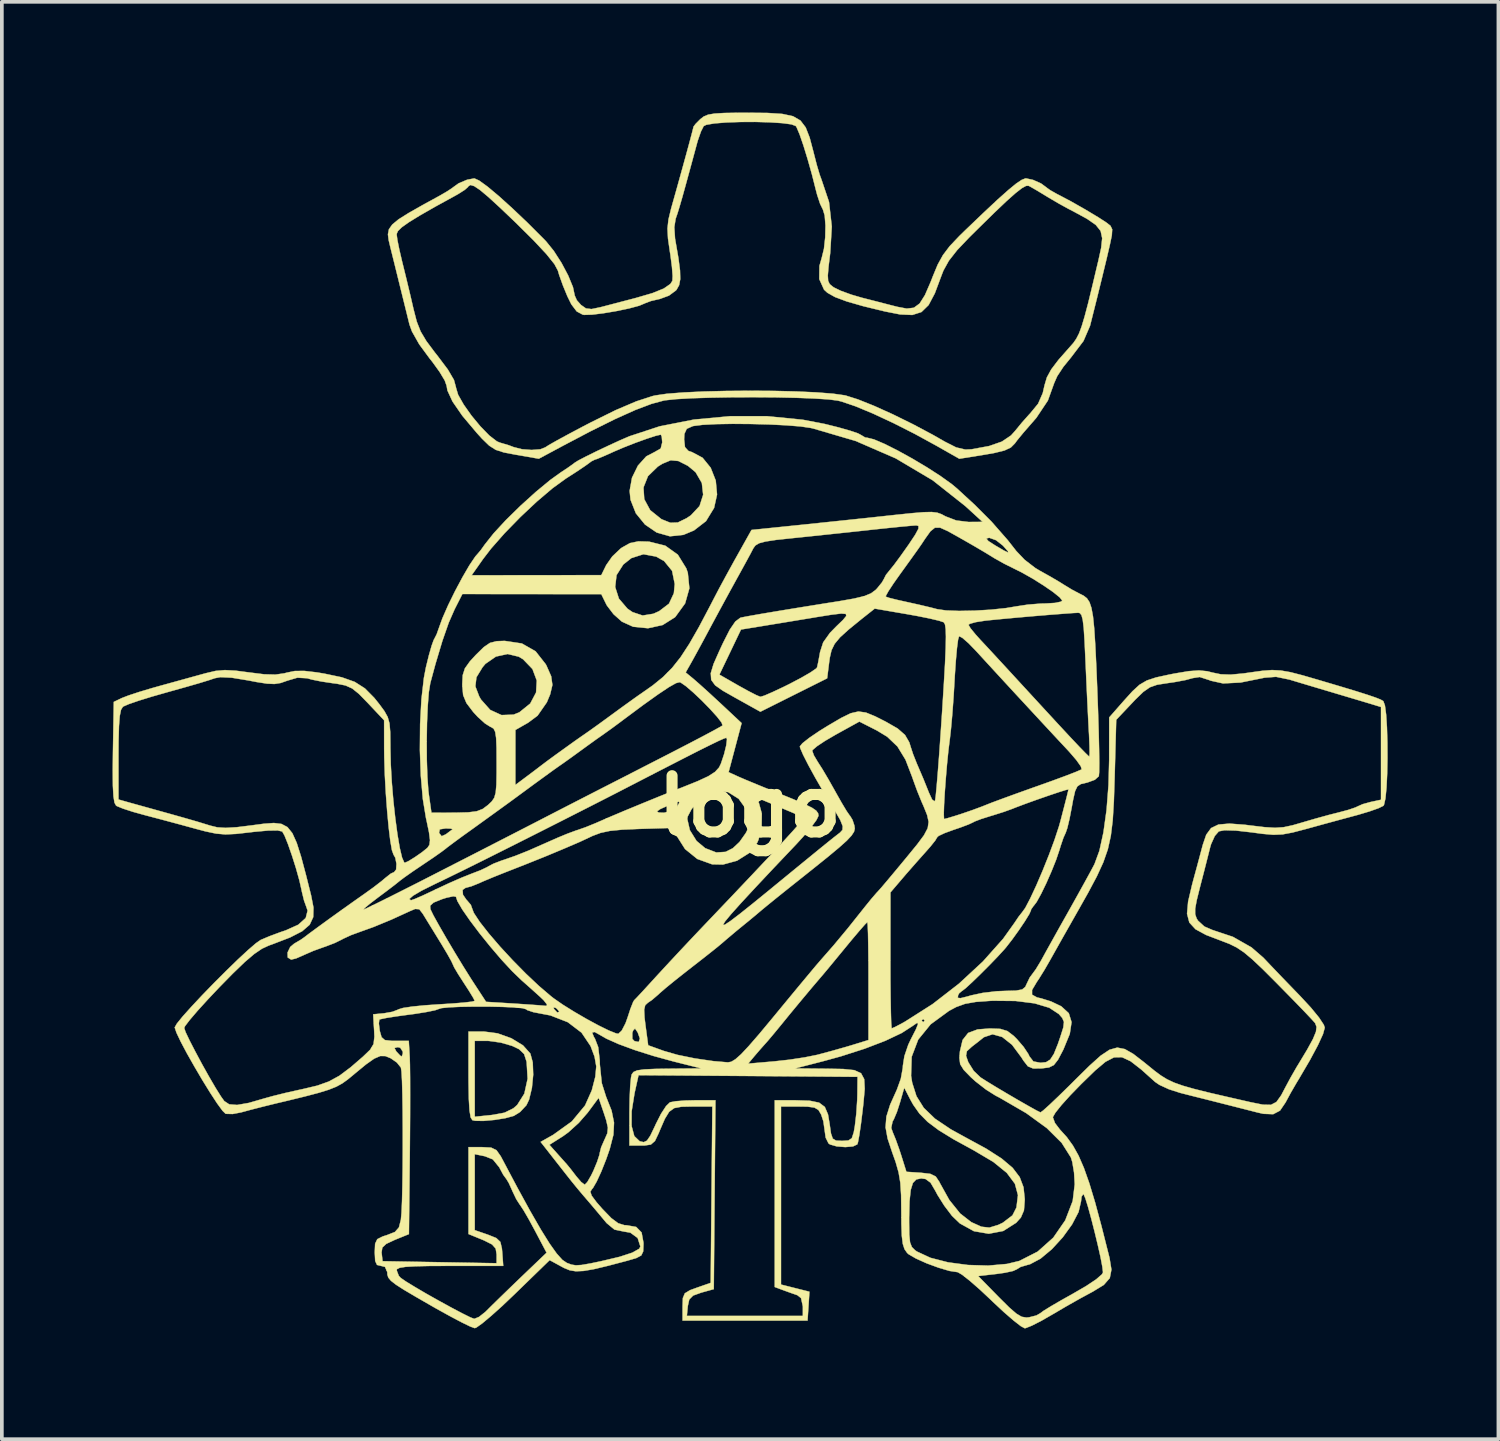
<source format=kicad_pcb>
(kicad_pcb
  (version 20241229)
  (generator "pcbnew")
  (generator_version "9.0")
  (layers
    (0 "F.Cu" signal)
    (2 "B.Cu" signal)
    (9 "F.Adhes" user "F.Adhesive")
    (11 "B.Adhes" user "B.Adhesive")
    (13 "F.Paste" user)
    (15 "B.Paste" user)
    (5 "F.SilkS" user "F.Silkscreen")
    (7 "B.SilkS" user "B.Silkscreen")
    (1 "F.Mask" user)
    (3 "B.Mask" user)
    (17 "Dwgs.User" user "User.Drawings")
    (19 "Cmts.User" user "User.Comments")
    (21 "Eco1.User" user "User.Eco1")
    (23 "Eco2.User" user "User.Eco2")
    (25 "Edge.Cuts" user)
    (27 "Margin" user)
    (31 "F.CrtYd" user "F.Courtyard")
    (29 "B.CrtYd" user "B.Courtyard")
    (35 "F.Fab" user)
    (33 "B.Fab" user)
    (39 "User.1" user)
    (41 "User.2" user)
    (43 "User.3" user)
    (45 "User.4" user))
  (footprint "logo"
    (layer "F.Cu")
    (at 17.263 18.801)
    (property "Reference" "logo" (at 0 0 0) (layer "F.SilkS") (effects (font (size 1.524 1.524) (thickness 0.3))))
    (attr through_hole)
    (fp_poly (pts (xy -6.831 6.146) (xy -6.458 6.28) (xy -6.144 6.471) (xy -5.944 6.694) (xy -5.944 6.695) (xy -5.879 6.935) (xy -5.867 7.267) (xy -5.902 7.624) (xy -5.978 7.939) (xy -6.05 8.092) (xy -6.223 8.277) (xy -6.393 8.382) (xy -6.621 8.444) (xy -6.912 8.491) (xy -7.204 8.517) (xy -7.433 8.516) (xy -7.514 8.499) (xy -7.56 8.426) (xy -7.592 8.241) (xy -7.611 7.928) (xy -7.619 7.468) (xy -7.62 7.274) (xy -7.62 6.35) (xy -7.451 6.35) (xy -7.451 8.406) (xy -6.988 8.358) (xy -6.646 8.296) (xy -6.406 8.178) (xy -6.301 8.087) (xy -6.107 7.78) (xy -6.018 7.376) (xy -6.045 6.918) (xy -6.046 6.914) (xy -6.113 6.707) (xy -6.251 6.574) (xy -6.439 6.485) (xy -6.747 6.396) (xy -7.068 6.351) (xy -7.114 6.35) (xy -7.451 6.35) (xy -7.62 6.35) (xy -7.62 6.096) (xy -7.21 6.096) (xy -6.831 6.146)) (stroke (width 0.01) (type solid)) (fill yes) (layer "F.SilkS"))
    (fp_poly (pts (xy 0.475 -18.791) (xy 0.881 -18.765) (xy 1.172 -18.702) (xy 1.374 -18.585) (xy 1.516 -18.398) (xy 1.623 -18.124) (xy 1.723 -17.747) (xy 1.736 -17.695) (xy 1.816 -17.384) (xy 1.894 -17.121) (xy 1.947 -16.976) (xy 2.148 -16.379) (xy 2.223 -15.713) (xy 2.18 -14.996) (xy 2.135 -14.625) (xy 2.115 -14.386) (xy 2.124 -14.241) (xy 2.166 -14.154) (xy 2.246 -14.087) (xy 2.28 -14.063) (xy 2.467 -13.972) (xy 2.753 -13.868) (xy 3.04 -13.784) (xy 3.404 -13.691) (xy 3.771 -13.596) (xy 3.999 -13.538) (xy 4.254 -13.49) (xy 4.447 -13.513) (xy 4.603 -13.628) (xy 4.747 -13.856) (xy 4.905 -14.22) (xy 4.959 -14.36) (xy 5.093 -14.683) (xy 5.234 -14.939) (xy 5.417 -15.181) (xy 5.678 -15.456) (xy 5.841 -15.615) (xy 6.329 -16.082) (xy 6.712 -16.441) (xy 7.004 -16.701) (xy 7.218 -16.877) (xy 7.369 -16.978) (xy 7.468 -17.017) (xy 7.486 -17.018) (xy 7.676 -16.977) (xy 7.893 -16.88) (xy 8.04 -16.772) (xy 8.043 -16.768) (xy 8.141 -16.698) (xy 8.328 -16.592) (xy 8.382 -16.565) (xy 8.709 -16.392) (xy 9.089 -16.176) (xy 9.447 -15.961) (xy 9.66 -15.823) (xy 9.773 -15.735) (xy 9.82 -15.637) (xy 9.81 -15.476) (xy 9.759 -15.23) (xy 9.67 -14.847) (xy 9.549 -14.347) (xy 9.408 -13.774) (xy 9.258 -13.176) (xy 9.219 -13.022) (xy 9.042 -12.612) (xy 8.711 -12.176) (xy 8.711 -12.175) (xy 8.497 -11.912) (xy 8.33 -11.658) (xy 8.248 -11.472) (xy 8.077 -10.998) (xy 7.766 -10.532) (xy 7.627 -10.372) (xy 7.423 -10.138) (xy 7.246 -9.923) (xy 7.183 -9.837) (xy 7.075 -9.728) (xy 6.904 -9.647) (xy 6.63 -9.579) (xy 6.362 -9.532) (xy 5.678 -9.422) (xy 5.061 -9.773) (xy 4.472 -10.095) (xy 3.89 -10.39) (xy 3.345 -10.644) (xy 2.87 -10.842) (xy 2.495 -10.97) (xy 2.388 -10.997) (xy 2.139 -11.029) (xy 1.754 -11.054) (xy 1.266 -11.073) (xy 0.707 -11.085) (xy 0.11 -11.089) (xy -0.492 -11.087) (xy -1.065 -11.077) (xy -1.578 -11.061) (xy -1.997 -11.037) (xy -2.289 -11.006) (xy -2.322 -11.001) (xy -2.66 -10.91) (xy -3.099 -10.744) (xy -3.65 -10.496) (xy -4.321 -10.163) (xy -5.038 -9.786) (xy -5.715 -9.423) (xy -6.338 -9.531) (xy -6.662 -9.593) (xy -6.882 -9.664) (xy -7.059 -9.777) (xy -7.253 -9.965) (xy -7.396 -10.123) (xy -7.786 -10.586) (xy -8.053 -10.973) (xy -8.192 -11.275) (xy -8.212 -11.398) (xy -8.264 -11.544) (xy -8.402 -11.774) (xy -8.599 -12.047) (xy -8.671 -12.137) (xy -8.955 -12.523) (xy -9.151 -12.87) (xy -9.219 -13.058) (xy -9.297 -13.376) (xy -9.402 -13.8) (xy -9.518 -14.269) (xy -9.631 -14.727) (xy -9.727 -15.112) (xy -9.735 -15.144) (xy -9.783 -15.346) (xy -9.803 -15.505) (xy -9.802 -15.505) (xy -9.567 -15.505) (xy -9.547 -15.352) (xy -9.494 -15.088) (xy -9.419 -14.767) (xy -9.408 -14.724) (xy -9.303 -14.297) (xy -9.189 -13.821) (xy -9.108 -13.47) (xy -9.022 -13.138) (xy -8.917 -12.871) (xy -8.763 -12.612) (xy -8.53 -12.3) (xy -8.463 -12.216) (xy -8.179 -11.839) (xy -8.014 -11.557) (xy -7.959 -11.355) (xy -7.959 -11.349) (xy -7.901 -11.155) (xy -7.75 -10.889) (xy -7.538 -10.589) (xy -7.295 -10.296) (xy -7.056 -10.051) (xy -6.851 -9.893) (xy -6.773 -9.86) (xy -6.535 -9.79) (xy -6.392 -9.736) (xy -6.172 -9.68) (xy -5.909 -9.66) (xy -5.673 -9.678) (xy -5.541 -9.73) (xy -5.441 -9.794) (xy -5.219 -9.92) (xy -4.902 -10.092) (xy -4.518 -10.296) (xy -4.296 -10.411) (xy -3.632 -10.739) (xy -3.073 -10.977) (xy -2.633 -11.12) (xy -2.56 -11.137) (xy -2.244 -11.183) (xy -1.796 -11.218) (xy -1.249 -11.244) (xy -0.637 -11.259) (xy 0.008 -11.264) (xy 0.652 -11.26) (xy 1.264 -11.245) (xy 1.81 -11.22) (xy 2.256 -11.185) (xy 2.571 -11.141) (xy 2.601 -11.134) (xy 2.931 -11.03) (xy 3.368 -10.855) (xy 3.876 -10.626) (xy 4.418 -10.359) (xy 4.956 -10.073) (xy 5.287 -9.884) (xy 5.593 -9.729) (xy 5.839 -9.671) (xy 6.006 -9.678) (xy 6.485 -9.766) (xy 6.83 -9.886) (xy 7.078 -10.053) (xy 7.189 -10.176) (xy 7.381 -10.41) (xy 7.57 -10.622) (xy 7.596 -10.649) (xy 7.813 -10.913) (xy 7.939 -11.202) (xy 7.988 -11.416) (xy 8.05 -11.625) (xy 8.168 -11.842) (xy 8.366 -12.103) (xy 8.666 -12.443) (xy 8.674 -12.452) (xy 8.769 -12.56) (xy 8.848 -12.674) (xy 8.921 -12.816) (xy 8.993 -13.009) (xy 9.073 -13.276) (xy 9.169 -13.639) (xy 9.286 -14.121) (xy 9.434 -14.744) (xy 9.442 -14.774) (xy 9.521 -15.135) (xy 9.549 -15.397) (xy 9.507 -15.593) (xy 9.375 -15.758) (xy 9.136 -15.924) (xy 8.77 -16.123) (xy 8.636 -16.192) (xy 8.369 -16.339) (xy 8.073 -16.513) (xy 8.001 -16.557) (xy 7.775 -16.694) (xy 7.599 -16.795) (xy 7.554 -16.818) (xy 7.486 -16.815) (xy 7.373 -16.753) (xy 7.202 -16.62) (xy 6.96 -16.405) (xy 6.635 -16.096) (xy 6.212 -15.681) (xy 5.951 -15.423) (xy 5.62 -15.075) (xy 5.395 -14.788) (xy 5.247 -14.521) (xy 5.189 -14.371) (xy 5.015 -13.905) (xy 4.846 -13.586) (xy 4.652 -13.397) (xy 4.405 -13.318) (xy 4.075 -13.332) (xy 3.663 -13.413) (xy 3.071 -13.557) (xy 2.626 -13.685) (xy 2.31 -13.803) (xy 2.104 -13.919) (xy 2.013 -14.003) (xy 1.884 -14.289) (xy 1.888 -14.646) (xy 1.952 -14.871) (xy 2.011 -15.112) (xy 2.045 -15.421) (xy 2.052 -15.74) (xy 2.031 -16.012) (xy 1.981 -16.178) (xy 1.977 -16.183) (xy 1.906 -16.33) (xy 1.826 -16.573) (xy 1.787 -16.722) (xy 1.685 -17.125) (xy 1.57 -17.533) (xy 1.455 -17.908) (xy 1.351 -18.21) (xy 1.27 -18.401) (xy 1.249 -18.436) (xy 1.13 -18.482) (xy 0.881 -18.515) (xy 0.541 -18.537) (xy 0.148 -18.548) (xy -0.259 -18.546) (xy -0.641 -18.533) (xy -0.96 -18.507) (xy -1.176 -18.47) (xy -1.247 -18.436) (xy -1.321 -18.29) (xy -1.402 -18.059) (xy -1.422 -17.992) (xy -1.593 -17.361) (xy -1.726 -16.874) (xy -1.827 -16.509) (xy -1.903 -16.247) (xy -1.958 -16.068) (xy -1.999 -15.949) (xy -2.007 -15.927) (xy -2.044 -15.696) (xy -2.024 -15.388) (xy -2.015 -15.335) (xy -1.933 -14.861) (xy -1.889 -14.522) (xy -1.883 -14.287) (xy -1.914 -14.124) (xy -1.982 -14.003) (xy -1.999 -13.983) (xy -2.189 -13.842) (xy -2.439 -13.75) (xy -2.453 -13.748) (xy -2.676 -13.696) (xy -2.827 -13.64) (xy -2.836 -13.635) (xy -2.997 -13.568) (xy -3.273 -13.494) (xy -3.613 -13.423) (xy -3.963 -13.364) (xy -4.271 -13.326) (xy -4.484 -13.32) (xy -4.522 -13.325) (xy -4.687 -13.413) (xy -4.834 -13.607) (xy -4.941 -13.824) (xy -5.063 -14.121) (xy -5.162 -14.397) (xy -5.198 -14.52) (xy -5.292 -14.696) (xy -5.51 -14.968) (xy -5.856 -15.338) (xy -6.333 -15.811) (xy -6.334 -15.812) (xy -6.756 -16.215) (xy -7.076 -16.509) (xy -7.307 -16.703) (xy -7.466 -16.809) (xy -7.567 -16.839) (xy -7.625 -16.803) (xy -7.634 -16.785) (xy -7.72 -16.708) (xy -7.901 -16.593) (xy -7.974 -16.552) (xy -8.524 -16.25) (xy -8.938 -16.013) (xy -9.234 -15.831) (xy -9.427 -15.694) (xy -9.532 -15.591) (xy -9.567 -15.511) (xy -9.567 -15.505) (xy -9.802 -15.505) (xy -9.776 -15.639) (xy -9.686 -15.767) (xy -9.517 -15.907) (xy -9.249 -16.076) (xy -8.867 -16.293) (xy -8.394 -16.552) (xy -8.192 -16.67) (xy -8.061 -16.757) (xy -8.043 -16.772) (xy -7.886 -16.885) (xy -7.657 -16.981) (xy -7.462 -17.018) (xy -7.331 -16.959) (xy -7.102 -16.793) (xy -6.794 -16.535) (xy -6.427 -16.203) (xy -6.017 -15.813) (xy -5.585 -15.381) (xy -5.52 -15.314) (xy -5.311 -15.056) (xy -5.101 -14.73) (xy -4.919 -14.386) (xy -4.79 -14.073) (xy -4.741 -13.842) (xy -4.741 -13.842) (xy -4.684 -13.715) (xy -4.571 -13.588) (xy -4.438 -13.495) (xy -4.287 -13.477) (xy -4.047 -13.527) (xy -4.042 -13.528) (xy -3.77 -13.599) (xy -3.415 -13.692) (xy -3.09 -13.777) (xy -2.634 -13.91) (xy -2.328 -14.034) (xy -2.15 -14.158) (xy -2.096 -14.243) (xy -2.089 -14.373) (xy -2.108 -14.622) (xy -2.149 -14.942) (xy -2.163 -15.028) (xy -2.215 -15.391) (xy -2.229 -15.659) (xy -2.202 -15.904) (xy -2.131 -16.198) (xy -2.103 -16.298) (xy -1.975 -16.752) (xy -1.849 -17.205) (xy -1.733 -17.626) (xy -1.635 -17.986) (xy -1.564 -18.254) (xy -1.527 -18.4) (xy -1.524 -18.418) (xy -1.469 -18.492) (xy -1.339 -18.623) (xy -1.246 -18.695) (xy -1.128 -18.744) (xy -0.953 -18.774) (xy -0.688 -18.79) (xy -0.301 -18.796) (xy -0.073 -18.796) (xy 0.475 -18.791)) (stroke (width 0.01) (type solid)) (fill yes) (layer "F.SilkS"))
    (fp_poly (pts (xy 0.468 -10.575) (xy 1.441 -10.478) (xy 2.03 -10.365) (xy 2.406 -10.271) (xy 2.719 -10.182) (xy 2.932 -10.11) (xy 3.01 -10.068) (xy 3.128 -9.998) (xy 3.185 -9.991) (xy 3.366 -9.946) (xy 3.652 -9.824) (xy 4.01 -9.644) (xy 4.405 -9.426) (xy 4.803 -9.189) (xy 5.17 -8.952) (xy 5.473 -8.735) (xy 5.621 -8.611) (xy 5.815 -8.432) (xy 6.048 -8.218) (xy 6.108 -8.162) (xy 6.548 -7.721) (xy 6.99 -7.217) (xy 7.223 -6.92) (xy 7.447 -6.685) (xy 7.736 -6.462) (xy 7.858 -6.389) (xy 8.145 -6.229) (xy 8.414 -6.07) (xy 8.509 -6.01) (xy 8.734 -5.873) (xy 8.93 -5.77) (xy 8.936 -5.767) (xy 9.047 -5.711) (xy 9.136 -5.641) (xy 9.205 -5.537) (xy 9.258 -5.379) (xy 9.3 -5.148) (xy 9.333 -4.824) (xy 9.361 -4.388) (xy 9.389 -3.819) (xy 9.415 -3.187) (xy 9.437 -2.583) (xy 9.454 -2.031) (xy 9.465 -1.555) (xy 9.47 -1.179) (xy 9.467 -0.926) (xy 9.458 -0.821) (xy 9.35 -0.724) (xy 9.148 -0.65) (xy 9.122 -0.644) (xy 8.972 -0.609) (xy 8.877 -0.547) (xy 8.815 -0.419) (xy 8.762 -0.187) (xy 8.724 0.023) (xy 8.664 0.333) (xy 8.605 0.581) (xy 8.559 0.715) (xy 8.556 0.72) (xy 8.498 0.848) (xy 8.422 1.072) (xy 8.388 1.185) (xy 8.301 1.443) (xy 8.177 1.753) (xy 8.036 2.074) (xy 7.895 2.365) (xy 7.774 2.585) (xy 7.693 2.692) (xy 7.688 2.695) (xy 7.621 2.792) (xy 7.62 2.811) (xy 7.574 2.914) (xy 7.454 3.11) (xy 7.29 3.353) (xy 7.111 3.602) (xy 6.947 3.813) (xy 6.902 3.866) (xy 6.716 4.069) (xy 6.487 4.306) (xy 6.245 4.548) (xy 6.022 4.764) (xy 5.849 4.923) (xy 5.757 4.994) (xy 5.752 4.995) (xy 5.672 5.062) (xy 5.644 5.117) (xy 5.637 5.183) (xy 5.71 5.193) (xy 5.897 5.147) (xy 5.995 5.118) (xy 6.311 5.05) (xy 6.69 5.005) (xy 6.916 4.996) (xy 7.212 4.988) (xy 7.381 4.957) (xy 7.465 4.889) (xy 7.493 4.827) (xy 7.586 4.633) (xy 7.647 4.551) (xy 7.75 4.411) (xy 7.881 4.195) (xy 7.916 4.132) (xy 8.022 3.939) (xy 8.189 3.639) (xy 8.395 3.269) (xy 8.62 2.87) (xy 8.648 2.82) (xy 8.868 2.426) (xy 9.069 2.063) (xy 9.23 1.769) (xy 9.331 1.579) (xy 9.34 1.562) (xy 9.473 1.2) (xy 9.583 0.7) (xy 9.667 0.096) (xy 9.72 -0.583) (xy 9.738 -1.258) (xy 9.739 -2.413) (xy 10.133 -2.862) (xy 10.368 -3.122) (xy 10.56 -3.298) (xy 10.758 -3.414) (xy 11.009 -3.497) (xy 11.363 -3.574) (xy 11.511 -3.603) (xy 11.895 -3.667) (xy 12.171 -3.687) (xy 12.394 -3.665) (xy 12.531 -3.63) (xy 12.762 -3.582) (xy 13.027 -3.573) (xy 13.38 -3.606) (xy 13.576 -3.634) (xy 13.896 -3.678) (xy 14.15 -3.697) (xy 14.386 -3.685) (xy 14.65 -3.639) (xy 14.986 -3.552) (xy 15.409 -3.429) (xy 15.989 -3.257) (xy 16.426 -3.125) (xy 16.741 -3.025) (xy 16.955 -2.952) (xy 17.089 -2.899) (xy 17.162 -2.858) (xy 17.166 -2.855) (xy 17.209 -2.739) (xy 17.242 -2.491) (xy 17.264 -2.145) (xy 17.276 -1.738) (xy 17.278 -1.306) (xy 17.27 -0.885) (xy 17.252 -0.51) (xy 17.223 -0.218) (xy 17.184 -0.045) (xy 17.166 -0.018) (xy 17.037 0.045) (xy 16.792 0.132) (xy 16.481 0.225) (xy 16.425 0.24) (xy 16.021 0.349) (xy 15.55 0.477) (xy 15.108 0.599) (xy 15.071 0.609) (xy 14.709 0.704) (xy 14.437 0.755) (xy 14.188 0.766) (xy 13.891 0.74) (xy 13.603 0.701) (xy 13.172 0.652) (xy 12.865 0.643) (xy 12.709 0.673) (xy 12.599 0.799) (xy 12.498 1.023) (xy 12.471 1.117) (xy 12.406 1.375) (xy 12.316 1.729) (xy 12.217 2.111) (xy 12.197 2.189) (xy 12.11 2.539) (xy 12.068 2.768) (xy 12.068 2.918) (xy 12.107 3.032) (xy 12.143 3.091) (xy 12.317 3.251) (xy 12.537 3.346) (xy 13.091 3.531) (xy 13.594 3.817) (xy 13.916 4.096) (xy 14.114 4.305) (xy 14.389 4.593) (xy 14.699 4.914) (xy 14.91 5.132) (xy 15.202 5.447) (xy 15.423 5.717) (xy 15.553 5.914) (xy 15.579 5.992) (xy 15.531 6.167) (xy 15.394 6.466) (xy 15.176 6.873) (xy 14.883 7.373) (xy 14.81 7.493) (xy 14.656 7.759) (xy 14.516 8.019) (xy 14.367 8.239) (xy 14.182 8.336) (xy 13.917 8.326) (xy 13.758 8.29) (xy 13.504 8.225) (xy 13.159 8.137) (xy 12.796 8.045) (xy 12.785 8.042) (xy 12.39 7.942) (xy 11.979 7.839) (xy 11.661 7.758) (xy 11.359 7.661) (xy 11.1 7.542) (xy 10.984 7.463) (xy 10.608 7.126) (xy 10.32 6.902) (xy 10.085 6.792) (xy 9.87 6.796) (xy 9.639 6.916) (xy 9.359 7.152) (xy 8.994 7.507) (xy 8.974 7.527) (xy 8.685 7.824) (xy 8.446 8.089) (xy 8.281 8.295) (xy 8.213 8.414) (xy 8.213 8.42) (xy 8.269 8.575) (xy 8.403 8.751) (xy 8.591 8.958) (xy 8.756 9.186) (xy 8.908 9.457) (xy 9.053 9.791) (xy 9.2 10.207) (xy 9.357 10.727) (xy 9.53 11.37) (xy 9.729 12.157) (xy 9.748 12.232) (xy 9.799 12.547) (xy 9.755 12.776) (xy 9.592 12.962) (xy 9.289 13.147) (xy 9.273 13.155) (xy 8.964 13.322) (xy 8.587 13.535) (xy 8.221 13.75) (xy 8.191 13.767) (xy 7.895 13.937) (xy 7.643 14.065) (xy 7.478 14.131) (xy 7.451 14.136) (xy 7.345 14.079) (xy 7.147 13.925) (xy 6.883 13.696) (xy 6.582 13.415) (xy 6.541 13.375) (xy 6.236 13.089) (xy 5.965 12.852) (xy 5.799 12.721) (xy 6.189 12.721) (xy 6.756 13.3) (xy 7.031 13.573) (xy 7.224 13.74) (xy 7.368 13.825) (xy 7.495 13.846) (xy 7.573 13.838) (xy 7.767 13.789) (xy 7.87 13.73) (xy 7.959 13.664) (xy 8.165 13.537) (xy 8.456 13.368) (xy 8.742 13.208) (xy 9.111 12.994) (xy 9.386 12.811) (xy 9.542 12.675) (xy 9.571 12.622) (xy 9.553 12.469) (xy 9.504 12.21) (xy 9.43 11.881) (xy 9.343 11.52) (xy 9.252 11.164) (xy 9.166 10.851) (xy 9.094 10.619) (xy 9.046 10.505) (xy 9.038 10.499) (xy 8.99 10.571) (xy 8.975 10.7) (xy 8.909 10.985) (xy 8.733 11.322) (xy 8.481 11.671) (xy 8.185 11.994) (xy 7.878 12.25) (xy 7.594 12.401) (xy 7.533 12.417) (xy 7.339 12.474) (xy 7.235 12.538) (xy 7.134 12.584) (xy 6.915 12.632) (xy 6.69 12.664) (xy 6.189 12.721) (xy 5.799 12.721) (xy 5.756 12.687) (xy 5.635 12.616) (xy 5.627 12.615) (xy 5.41 12.582) (xy 5.113 12.494) (xy 4.792 12.376) (xy 4.503 12.246) (xy 4.302 12.129) (xy 4.264 12.094) (xy 4.193 11.992) (xy 4.147 11.849) (xy 4.12 11.632) (xy 4.108 11.305) (xy 4.108 11.262) (xy 4.318 11.262) (xy 4.322 11.598) (xy 4.343 11.808) (xy 4.392 11.935) (xy 4.48 12.023) (xy 4.529 12.057) (xy 4.895 12.227) (xy 5.373 12.35) (xy 5.913 12.422) (xy 6.462 12.438) (xy 6.97 12.393) (xy 7.305 12.312) (xy 7.801 12.059) (xy 8.224 11.681) (xy 8.548 11.212) (xy 8.75 10.688) (xy 8.805 10.236) (xy 8.787 9.919) (xy 8.74 9.635) (xy 8.701 9.508) (xy 8.451 9.112) (xy 8.049 8.713) (xy 7.49 8.307) (xy 6.768 7.888) (xy 6.658 7.831) (xy 6.401 7.669) (xy 6.117 7.448) (xy 5.992 7.335) (xy 5.797 7.135) (xy 5.702 6.981) (xy 5.68 6.81) (xy 5.685 6.753) (xy 5.86 6.753) (xy 5.92 6.926) (xy 6.068 7.163) (xy 6.253 7.34) (xy 6.423 7.448) (xy 6.675 7.602) (xy 6.973 7.779) (xy 7.279 7.958) (xy 7.556 8.116) (xy 7.767 8.234) (xy 7.875 8.287) (xy 7.878 8.288) (xy 7.951 8.235) (xy 8.121 8.082) (xy 8.366 7.849) (xy 8.664 7.558) (xy 8.814 7.408) (xy 9.206 7.022) (xy 9.507 6.751) (xy 9.748 6.59) (xy 9.957 6.532) (xy 10.161 6.572) (xy 10.391 6.703) (xy 10.673 6.921) (xy 10.778 7.006) (xy 10.97 7.162) (xy 11.138 7.287) (xy 11.305 7.39) (xy 11.495 7.48) (xy 11.732 7.564) (xy 12.041 7.652) (xy 12.445 7.753) (xy 12.968 7.874) (xy 13.568 8.011) (xy 13.902 8.078) (xy 14.121 8.083) (xy 14.27 8.005) (xy 14.399 7.824) (xy 14.506 7.62) (xy 14.649 7.353) (xy 14.819 7.056) (xy 14.863 6.985) (xy 15.103 6.586) (xy 15.259 6.301) (xy 15.34 6.105) (xy 15.357 5.971) (xy 15.32 5.873) (xy 15.309 5.857) (xy 15.212 5.75) (xy 15.02 5.547) (xy 14.756 5.274) (xy 14.442 4.954) (xy 14.266 4.775) (xy 13.898 4.407) (xy 13.615 4.14) (xy 13.391 3.952) (xy 13.194 3.82) (xy 12.996 3.722) (xy 12.785 3.641) (xy 12.363 3.48) (xy 12.077 3.325) (xy 11.91 3.143) (xy 11.848 2.904) (xy 11.877 2.576) (xy 11.982 2.128) (xy 12.017 1.995) (xy 12.115 1.636) (xy 12.209 1.285) (xy 12.275 1.037) (xy 12.368 0.764) (xy 12.499 0.585) (xy 12.698 0.489) (xy 12.994 0.463) (xy 13.416 0.495) (xy 13.567 0.514) (xy 13.955 0.56) (xy 14.236 0.577) (xy 14.469 0.56) (xy 14.713 0.507) (xy 14.948 0.439) (xy 15.318 0.331) (xy 15.695 0.227) (xy 15.96 0.16) (xy 16.219 0.091) (xy 16.412 0.025) (xy 16.468 -0.002) (xy 16.605 -0.063) (xy 16.819 -0.122) (xy 16.828 -0.124) (xy 17.103 -0.183) (xy 17.103 -2.696) (xy 16.828 -2.78) (xy 16.622 -2.842) (xy 16.31 -2.935) (xy 15.944 -3.044) (xy 15.79 -3.09) (xy 15.397 -3.207) (xy 15.012 -3.322) (xy 14.701 -3.415) (xy 14.624 -3.439) (xy 14.259 -3.514) (xy 13.943 -3.49) (xy 13.904 -3.481) (xy 13.298 -3.359) (xy 12.824 -3.335) (xy 12.485 -3.41) (xy 12.46 -3.422) (xy 12.19 -3.509) (xy 12.001 -3.479) (xy 11.806 -3.426) (xy 11.518 -3.372) (xy 11.304 -3.341) (xy 11.037 -3.299) (xy 10.842 -3.231) (xy 10.664 -3.107) (xy 10.446 -2.896) (xy 10.369 -2.814) (xy 9.929 -2.349) (xy 9.886 -0.773) (xy 9.865 -0.134) (xy 9.834 0.375) (xy 9.783 0.793) (xy 9.702 1.159) (xy 9.579 1.512) (xy 9.404 1.892) (xy 9.167 2.338) (xy 8.933 2.753) (xy 8.7 3.164) (xy 8.477 3.557) (xy 8.289 3.892) (xy 8.157 4.127) (xy 8.145 4.149) (xy 7.987 4.423) (xy 7.832 4.673) (xy 7.777 4.754) (xy 7.649 4.97) (xy 7.649 5.099) (xy 7.785 5.173) (xy 7.895 5.198) (xy 8.162 5.281) (xy 8.433 5.41) (xy 8.445 5.418) (xy 8.644 5.6) (xy 8.719 5.841) (xy 8.671 6.16) (xy 8.5 6.577) (xy 8.487 6.604) (xy 8.351 6.862) (xy 8.239 7.005) (xy 8.108 7.07) (xy 7.911 7.095) (xy 7.905 7.095) (xy 7.678 7.098) (xy 7.536 7.039) (xy 7.412 6.88) (xy 7.362 6.799) (xy 7.107 6.456) (xy 6.84 6.244) (xy 6.579 6.171) (xy 6.346 6.249) (xy 6.325 6.265) (xy 6.185 6.377) (xy 6.017 6.507) (xy 5.882 6.631) (xy 5.86 6.753) (xy 5.685 6.753) (xy 5.695 6.632) (xy 5.767 6.326) (xy 5.917 6.135) (xy 6.174 6.039) (xy 6.505 6.014) (xy 6.789 6.025) (xy 6.979 6.083) (xy 7.153 6.216) (xy 7.238 6.301) (xy 7.42 6.513) (xy 7.549 6.707) (xy 7.576 6.767) (xy 7.685 6.907) (xy 7.877 6.943) (xy 8.028 6.927) (xy 8.141 6.857) (xy 8.24 6.704) (xy 8.348 6.436) (xy 8.418 6.232) (xy 8.496 5.985) (xy 8.513 5.836) (xy 8.466 5.727) (xy 8.374 5.622) (xy 8.115 5.452) (xy 7.716 5.333) (xy 7.201 5.268) (xy 6.592 5.262) (xy 6.523 5.265) (xy 6.125 5.294) (xy 5.835 5.345) (xy 5.596 5.431) (xy 5.401 5.535) (xy 4.902 5.9) (xy 4.564 6.315) (xy 4.387 6.781) (xy 4.371 7.298) (xy 4.401 7.483) (xy 4.517 7.848) (xy 4.715 8.165) (xy 5.018 8.457) (xy 5.448 8.746) (xy 5.842 8.963) (xy 6.405 9.269) (xy 6.825 9.538) (xy 7.122 9.789) (xy 7.314 10.042) (xy 7.417 10.315) (xy 7.45 10.628) (xy 7.451 10.659) (xy 7.429 10.942) (xy 7.346 11.136) (xy 7.218 11.278) (xy 6.869 11.5) (xy 6.476 11.575) (xy 6.074 11.506) (xy 5.695 11.297) (xy 5.48 11.091) (xy 5.271 10.815) (xy 5.084 10.518) (xy 5.031 10.417) (xy 4.899 10.192) (xy 4.763 10.092) (xy 4.646 10.076) (xy 4.513 10.103) (xy 4.42 10.199) (xy 4.361 10.389) (xy 4.329 10.696) (xy 4.318 11.143) (xy 4.318 11.262) (xy 4.108 11.262) (xy 4.106 10.977) (xy 4.101 10.529) (xy 4.08 10.194) (xy 4.033 9.914) (xy 3.953 9.632) (xy 3.861 9.374) (xy 3.735 8.995) (xy 3.683 8.708) (xy 3.833 8.708) (xy 3.876 8.829) (xy 3.954 9.018) (xy 4.052 9.292) (xy 4.106 9.457) (xy 4.244 9.897) (xy 4.64 9.923) (xy 4.894 9.953) (xy 5.039 10.024) (xy 5.136 10.168) (xy 5.152 10.202) (xy 5.407 10.661) (xy 5.701 11.027) (xy 6.005 11.263) (xy 6.006 11.263) (xy 6.277 11.385) (xy 6.492 11.409) (xy 6.732 11.336) (xy 6.855 11.278) (xy 7.118 11.077) (xy 7.226 10.864) (xy 7.267 10.529) (xy 7.184 10.22) (xy 6.964 9.925) (xy 6.599 9.629) (xy 6.077 9.32) (xy 6.054 9.307) (xy 5.522 9.016) (xy 5.12 8.769) (xy 4.821 8.545) (xy 4.6 8.322) (xy 4.428 8.078) (xy 4.349 7.935) (xy 4.186 7.618) (xy 4.07 8.021) (xy 3.986 8.28) (xy 3.902 8.478) (xy 3.87 8.533) (xy 3.833 8.708) (xy 3.683 8.708) (xy 3.68 8.689) (xy 3.702 8.402) (xy 3.804 8.078) (xy 3.988 7.668) (xy 4.093 7.376) (xy 4.147 7.078) (xy 4.149 7.024) (xy 4.19 6.764) (xy 4.294 6.457) (xy 4.36 6.316) (xy 4.502 6.038) (xy 4.56 5.891) (xy 4.536 5.86) (xy 4.433 5.931) (xy 4.424 5.938) (xy 4.118 6.136) (xy 3.673 6.347) (xy 3.115 6.561) (xy 2.474 6.767) (xy 1.99 6.9) (xy 1.228 7.096) (xy 2.085 7.104) (xy 2.531 7.112) (xy 2.833 7.143) (xy 3.015 7.226) (xy 3.101 7.386) (xy 3.115 7.651) (xy 3.079 8.048) (xy 3.059 8.224) (xy 3.014 8.59) (xy 2.97 8.894) (xy 2.933 9.095) (xy 2.915 9.153) (xy 2.798 9.209) (xy 2.588 9.227) (xy 2.356 9.208) (xy 2.175 9.156) (xy 2.134 9.127) (xy 2.057 8.971) (xy 2.032 8.792) (xy 1.995 8.529) (xy 1.934 8.344) (xy 1.861 8.221) (xy 1.753 8.157) (xy 1.562 8.131) (xy 1.341 8.128) (xy 0.847 8.128) (xy 0.847 12.952) (xy 1.232 13.049) (xy 1.617 13.146) (xy 1.592 13.537) (xy 1.566 13.928) (xy -1.82 13.928) (xy -1.82 13.549) (xy -1.812 13.318) (xy -1.758 13.189) (xy -1.617 13.104) (xy -1.439 13.039) (xy -1.058 12.906) (xy -1.036 10.517) (xy -1.013 8.128) (xy -1.562 8.128) (xy -1.851 8.134) (xy -2.046 8.171) (xy -2.183 8.27) (xy -2.3 8.461) (xy -2.436 8.774) (xy -2.466 8.848) (xy -2.568 9.062) (xy -2.679 9.159) (xy -2.862 9.186) (xy -2.932 9.186) (xy -3.26 9.186) (xy -3.26 8.652) (xy -3.202 8.652) (xy -3.128 8.929) (xy -2.981 9.07) (xy -2.98 9.07) (xy -2.872 9.094) (xy -2.785 9.053) (xy -2.693 8.918) (xy -2.569 8.659) (xy -2.545 8.605) (xy -2.404 8.327) (xy -2.266 8.115) (xy -2.161 8.014) (xy -2.004 7.985) (xy -1.74 7.965) (xy -1.474 7.959) (xy -0.929 7.959) (xy -0.974 13.076) (xy -1.312 13.17) (xy -1.534 13.25) (xy -1.639 13.357) (xy -1.678 13.533) (xy -1.704 13.801) (xy 1.439 13.801) (xy 1.439 13.544) (xy 1.39 13.319) (xy 1.291 13.24) (xy 1.101 13.174) (xy 0.91 13.105) (xy 0.677 13.018) (xy 0.677 7.959) (xy 1.233 7.959) (xy 1.624 7.971) (xy 1.88 8.024) (xy 2.034 8.14) (xy 2.12 8.341) (xy 2.163 8.593) (xy 2.201 8.859) (xy 2.249 8.998) (xy 2.338 9.051) (xy 2.498 9.059) (xy 2.502 9.059) (xy 2.673 9.048) (xy 2.766 8.986) (xy 2.818 8.828) (xy 2.848 8.657) (xy 2.887 8.322) (xy 2.912 7.942) (xy 2.916 7.789) (xy 2.921 7.324) (xy -0.046 7.301) (xy -3.013 7.279) (xy -3.121 7.767) (xy -3.2 8.259) (xy -3.202 8.652) (xy -3.26 8.652) (xy -3.26 8.297) (xy -3.254 7.912) (xy -3.239 7.58) (xy -3.217 7.345) (xy -3.199 7.26) (xy -3.15 7.193) (xy -3.049 7.149) (xy -2.864 7.123) (xy -2.565 7.109) (xy -2.225 7.104) (xy -1.312 7.096) (xy -1.831 6.966) (xy -0.042 6.966) (xy 0.663 6.905) (xy 1.071 6.86) (xy 1.486 6.797) (xy 1.824 6.729) (xy 1.848 6.723) (xy 2.217 6.624) (xy 2.608 6.513) (xy 2.773 6.464) (xy 3.217 6.327) (xy 3.217 4.73) (xy 3.216 4.231) (xy 3.215 4.17) (xy 3.811 4.17) (xy 3.812 4.708) (xy 3.817 5.184) (xy 3.824 5.573) (xy 3.832 5.852) (xy 3.843 5.997) (xy 3.847 6.011) (xy 3.937 5.973) (xy 4.119 5.878) (xy 4.207 5.828) (xy 4.252 5.8) (xy 4.657 5.8) (xy 4.699 5.842) (xy 4.741 5.8) (xy 4.699 5.757) (xy 4.657 5.8) (xy 4.252 5.8) (xy 4.954 5.353) (xy 5.669 4.799) (xy 6.317 4.199) (xy 6.863 3.586) (xy 7.168 3.159) (xy 7.286 2.984) (xy 7.367 2.881) (xy 7.37 2.879) (xy 7.465 2.747) (xy 7.6 2.489) (xy 7.762 2.142) (xy 7.935 1.739) (xy 8.105 1.315) (xy 8.257 0.905) (xy 8.376 0.544) (xy 8.418 0.395) (xy 8.509 0.044) (xy 8.582 -0.239) (xy 8.626 -0.418) (xy 8.636 -0.463) (xy 8.563 -0.448) (xy 8.371 -0.388) (xy 8.1 -0.297) (xy 7.79 -0.189) (xy 7.481 -0.078) (xy 7.212 0.023) (xy 7.107 0.065) (xy 6.888 0.144) (xy 6.604 0.234) (xy 6.514 0.261) (xy 6.27 0.338) (xy 6.092 0.406) (xy 6.054 0.427) (xy 5.93 0.485) (xy 5.704 0.57) (xy 5.524 0.631) (xy 5.28 0.72) (xy 5.118 0.796) (xy 5.079 0.832) (xy 5.026 0.921) (xy 4.89 1.091) (xy 4.761 1.237) (xy 4.511 1.518) (xy 4.239 1.828) (xy 4.129 1.957) (xy 3.812 2.328) (xy 3.811 4.17) (xy 3.215 4.17) (xy 3.211 3.795) (xy 3.205 3.45) (xy 3.196 3.22) (xy 3.187 3.133) (xy 3.186 3.133) (xy 3.123 3.194) (xy 2.978 3.359) (xy 2.774 3.6) (xy 2.618 3.789) (xy 2.372 4.088) (xy 2.152 4.355) (xy 1.989 4.55) (xy 1.934 4.614) (xy 1.688 4.903) (xy 1.386 5.264) (xy 1.078 5.636) (xy 0.847 5.92) (xy 0.656 6.152) (xy 0.491 6.348) (xy 0.423 6.424) (xy 0.273 6.593) (xy 0.126 6.764) (xy -0.042 6.966) (xy -1.831 6.966) (xy -2.074 6.905) (xy -2.61 6.758) (xy -3.115 6.598) (xy -3.552 6.437) (xy -3.884 6.289) (xy -4.019 6.211) (xy -4.2 6.109) (xy -4.271 6.123) (xy -4.221 6.247) (xy -4.196 6.284) (xy -4.106 6.518) (xy -4.064 6.878) (xy -4.062 6.983) (xy -4.009 7.495) (xy -3.892 7.864) (xy -3.743 8.24) (xy -3.677 8.565) (xy -3.694 8.894) (xy -3.794 9.282) (xy -3.891 9.56) (xy -4.022 9.89) (xy -4.147 10.161) (xy -4.246 10.333) (xy -4.274 10.365) (xy -4.319 10.435) (xy -4.283 10.544) (xy -4.151 10.721) (xy -3.994 10.901) (xy -3.751 11.152) (xy -3.564 11.291) (xy -3.395 11.343) (xy -3.338 11.345) (xy -3.077 11.391) (xy -2.93 11.541) (xy -2.879 11.82) (xy -2.879 11.868) (xy -2.887 12.054) (xy -2.939 12.163) (xy -3.075 12.235) (xy -3.323 12.307) (xy -3.839 12.443) (xy -4.223 12.535) (xy -4.503 12.583) (xy -4.712 12.592) (xy -4.877 12.565) (xy -5.029 12.503) (xy -5.093 12.469) (xy -5.421 12.29) (xy -6.372 13.214) (xy -6.706 13.532) (xy -7.006 13.801) (xy -7.247 14.003) (xy -7.406 14.116) (xy -7.45 14.133) (xy -7.567 14.091) (xy -7.8 13.978) (xy -8.116 13.811) (xy -8.487 13.606) (xy -8.594 13.545) (xy -9.045 13.285) (xy -9.37 13.093) (xy -9.588 12.953) (xy -9.722 12.848) (xy -9.792 12.763) (xy -9.818 12.682) (xy -9.821 12.612) (xy -9.843 12.563) (xy -9.567 12.563) (xy -9.508 12.716) (xy -9.457 12.771) (xy -9.315 12.869) (xy -9.071 13.018) (xy -8.763 13.199) (xy -8.423 13.39) (xy -8.088 13.574) (xy -7.793 13.73) (xy -7.573 13.839) (xy -7.464 13.881) (xy -7.463 13.881) (xy -7.334 13.828) (xy -7.16 13.69) (xy -7.122 13.652) (xy -6.967 13.498) (xy -6.725 13.262) (xy -6.434 12.98) (xy -6.199 12.754) (xy -5.504 12.089) (xy -5.821 11.488) (xy -5.982 11.191) (xy -6.123 10.947) (xy -6.219 10.8) (xy -6.231 10.785) (xy -6.325 10.639) (xy -6.429 10.422) (xy -6.438 10.4) (xy -6.528 10.201) (xy -6.6 10.082) (xy -6.607 10.075) (xy -6.679 9.976) (xy -6.777 9.793) (xy -6.781 9.782) (xy -6.96 9.561) (xy -7.176 9.475) (xy -7.451 9.419) (xy -7.451 11.478) (xy -7.091 11.602) (xy -6.867 11.692) (xy -6.757 11.796) (xy -6.715 11.974) (xy -6.705 12.086) (xy -6.679 12.446) (xy -8.123 12.446) (xy -8.665 12.448) (xy -9.058 12.457) (xy -9.324 12.472) (xy -9.483 12.497) (xy -9.556 12.533) (xy -9.567 12.563) (xy -9.843 12.563) (xy -9.883 12.473) (xy -9.991 12.446) (xy -10.098 12.42) (xy -10.148 12.313) (xy -10.16 12.082) (xy -10.16 12.078) (xy -10.15 11.846) (xy -10.091 11.722) (xy -9.941 11.647) (xy -9.832 11.613) (xy -9.613 11.527) (xy -9.505 11.404) (xy -9.452 11.197) (xy -9.435 11.009) (xy -9.421 10.694) (xy -9.411 10.282) (xy -9.404 9.802) (xy -9.401 9.284) (xy -9.401 8.759) (xy -9.404 8.256) (xy -9.411 7.806) (xy -9.421 7.438) (xy -9.435 7.183) (xy -9.451 7.073) (xy -9.561 6.936) (xy -9.728 6.82) (xy -9.873 6.761) (xy -10.011 6.76) (xy -10.174 6.83) (xy -10.394 6.985) (xy -10.704 7.24) (xy -10.727 7.26) (xy -10.891 7.395) (xy -11.04 7.502) (xy -11.202 7.591) (xy -11.405 7.672) (xy -11.676 7.756) (xy -12.044 7.853) (xy -12.535 7.973) (xy -12.827 8.042) (xy -13.184 8.13) (xy -13.512 8.214) (xy -13.748 8.278) (xy -13.776 8.286) (xy -14.01 8.331) (xy -14.197 8.326) (xy -14.199 8.326) (xy -14.285 8.242) (xy -14.432 8.041) (xy -14.62 7.753) (xy -14.831 7.411) (xy -15.046 7.045) (xy -15.248 6.689) (xy -15.416 6.372) (xy -15.532 6.128) (xy -15.579 5.988) (xy -15.579 5.984) (xy -15.521 5.882) (xy -15.363 5.687) (xy -15.127 5.424) (xy -14.837 5.114) (xy -14.516 4.783) (xy -14.186 4.453) (xy -13.871 4.147) (xy -13.594 3.89) (xy -13.378 3.704) (xy -13.25 3.615) (xy -13.016 3.516) (xy -12.713 3.403) (xy -12.572 3.356) (xy -12.232 3.203) (xy -12.03 3.021) (xy -11.979 2.821) (xy -12.01 2.729) (xy -12.075 2.549) (xy -12.136 2.3) (xy -12.143 2.263) (xy -12.203 1.998) (xy -12.294 1.672) (xy -12.402 1.331) (xy -12.51 1.021) (xy -12.604 0.787) (xy -12.666 0.677) (xy -12.79 0.648) (xy -13.056 0.652) (xy -13.438 0.687) (xy -13.527 0.698) (xy -13.916 0.742) (xy -14.205 0.756) (xy -14.458 0.734) (xy -14.744 0.674) (xy -15.008 0.604) (xy -15.45 0.483) (xy -15.942 0.351) (xy -16.379 0.236) (xy -16.383 0.235) (xy -16.711 0.144) (xy -16.982 0.056) (xy -17.147 -0.012) (xy -17.168 -0.025) (xy -17.211 -0.104) (xy -17.239 -0.277) (xy -17.255 -0.564) (xy -17.258 -0.983) (xy -17.254 -1.397) (xy -17.103 -1.397) (xy -17.103 -0.19) (xy -16.785 -0.1) (xy -16.558 -0.037) (xy -16.227 0.055) (xy -15.85 0.16) (xy -15.706 0.2) (xy -15.326 0.307) (xy -14.969 0.41) (xy -14.694 0.494) (xy -14.624 0.516) (xy -14.429 0.564) (xy -14.202 0.579) (xy -13.899 0.561) (xy -13.495 0.511) (xy -13.157 0.466) (xy -12.892 0.447) (xy -12.687 0.472) (xy -12.525 0.558) (xy -12.392 0.723) (xy -12.274 0.985) (xy -12.155 1.36) (xy -12.02 1.867) (xy -11.884 2.409) (xy -11.82 2.739) (xy -11.827 2.996) (xy -11.923 3.203) (xy -12.126 3.379) (xy -12.455 3.548) (xy -12.928 3.73) (xy -13.032 3.767) (xy -13.215 3.852) (xy -13.424 3.994) (xy -13.68 4.212) (xy -14.005 4.525) (xy -14.364 4.891) (xy -14.686 5.232) (xy -14.963 5.537) (xy -15.173 5.783) (xy -15.298 5.947) (xy -15.323 5.999) (xy -15.284 6.114) (xy -15.177 6.339) (xy -15.023 6.637) (xy -14.842 6.975) (xy -14.652 7.315) (xy -14.473 7.622) (xy -14.324 7.86) (xy -14.237 7.981) (xy -14.103 8.069) (xy -13.89 8.086) (xy -13.574 8.031) (xy -13.166 7.913) (xy -12.921 7.845) (xy -12.575 7.759) (xy -12.195 7.674) (xy -12.107 7.655) (xy -11.715 7.562) (xy -11.402 7.45) (xy -11.117 7.294) (xy -10.811 7.064) (xy -10.479 6.777) (xy -10.285 6.59) (xy -10.256 6.542) (xy -9.625 6.542) (xy -9.577 6.634) (xy -9.567 6.646) (xy -9.466 6.752) (xy -9.43 6.773) (xy -9.402 6.704) (xy -9.398 6.646) (xy -9.467 6.537) (xy -9.535 6.519) (xy -9.625 6.542) (xy -10.256 6.542) (xy -10.192 6.435) (xy -10.169 6.238) (xy -10.177 6.057) (xy -10.188 5.877) (xy -10.049 5.877) (xy -10.025 6.07) (xy -10.023 6.082) (xy -9.975 6.25) (xy -9.886 6.328) (xy -9.702 6.349) (xy -9.604 6.35) (xy -9.238 6.35) (xy -9.212 6.795) (xy -9.206 7.002) (xy -9.202 7.35) (xy -9.201 7.809) (xy -9.202 8.351) (xy -9.206 8.947) (xy -9.21 9.412) (xy -9.234 11.585) (xy -9.615 11.74) (xy -9.848 11.849) (xy -9.955 11.95) (xy -9.975 12.082) (xy -9.972 12.107) (xy -9.948 12.319) (xy -6.858 12.374) (xy -6.858 12.135) (xy -6.883 11.977) (xy -6.982 11.865) (xy -7.198 11.756) (xy -7.239 11.739) (xy -7.62 11.583) (xy -7.62 9.229) (xy -7.248 9.229) (xy -7.006 9.242) (xy -6.862 9.311) (xy -6.746 9.476) (xy -6.709 9.546) (xy -6.297 10.323) (xy -5.95 10.957) (xy -5.661 11.459) (xy -5.424 11.84) (xy -5.231 12.111) (xy -5.077 12.283) (xy -4.956 12.365) (xy -4.829 12.412) (xy -4.711 12.431) (xy -4.555 12.421) (xy -4.318 12.38) (xy -4.022 12.318) (xy -3.525 12.2) (xy -3.18 12.087) (xy -2.995 11.982) (xy -2.963 11.922) (xy -3.037 11.69) (xy -3.234 11.546) (xy -3.415 11.515) (xy -3.665 11.463) (xy -3.878 11.286) (xy -3.899 11.261) (xy -4.098 11.022) (xy -4.314 10.766) (xy -4.343 10.732) (xy -4.531 10.513) (xy -4.68 10.335) (xy -4.827 10.155) (xy -5.007 9.927) (xy -5.229 9.644) (xy -5.604 9.165) (xy -5.428 9.165) (xy -5.233 9.384) (xy -5.074 9.562) (xy -4.957 9.693) (xy -4.953 9.698) (xy -4.844 9.831) (xy -4.701 10.017) (xy -4.7 10.019) (xy -4.568 10.173) (xy -4.474 10.244) (xy -4.469 10.245) (xy -4.401 10.175) (xy -4.297 9.996) (xy -4.235 9.868) (xy -4.134 9.625) (xy -4.072 9.435) (xy -4.063 9.381) (xy -4.026 9.234) (xy -3.936 9.028) (xy -3.93 9.017) (xy -3.858 8.853) (xy -3.843 8.703) (xy -3.888 8.502) (xy -3.945 8.327) (xy -4.093 7.892) (xy -4.391 8.295) (xy -4.632 8.571) (xy -4.913 8.826) (xy -5.059 8.932) (xy -5.428 9.165) (xy -5.604 9.165) (xy -5.666 9.087) (xy -5.325 8.895) (xy -4.821 8.533) (xy -4.462 8.1) (xy -4.279 7.69) (xy -4.184 7.322) (xy -4.158 7.041) (xy -4.204 6.779) (xy -4.312 6.491) (xy -4.557 6.127) (xy -4.93 5.843) (xy -5.401 5.66) (xy -5.618 5.619) (xy -5.862 5.572) (xy -6.027 5.517) (xy -6.061 5.492) (xy -6.158 5.464) (xy -6.386 5.443) (xy -6.39 5.443) (xy -5.32 5.443) (xy -5.3 5.49) (xy -5.215 5.581) (xy -5.165 5.562) (xy -5.165 5.551) (xy -5.225 5.479) (xy -5.262 5.453) (xy -5.32 5.443) (xy -6.39 5.443) (xy -6.706 5.429) (xy -7.081 5.421) (xy -7.471 5.421) (xy -7.838 5.427) (xy -8.144 5.441) (xy -8.351 5.462) (xy -8.417 5.482) (xy -8.525 5.52) (xy -8.759 5.568) (xy -9.077 5.619) (xy -9.238 5.64) (xy -9.577 5.686) (xy -9.848 5.729) (xy -10.009 5.763) (xy -10.036 5.774) (xy -10.049 5.877) (xy -10.188 5.877) (xy -10.202 5.63) (xy -9.906 5.602) (xy -9.678 5.561) (xy -9.521 5.5) (xy -9.514 5.494) (xy -9.394 5.458) (xy -9.144 5.42) (xy -8.799 5.386) (xy -8.434 5.361) (xy -8.049 5.337) (xy -7.734 5.311) (xy -7.524 5.286) (xy -7.451 5.266) (xy -7.494 5.179) (xy -7.607 4.994) (xy -7.747 4.778) (xy -7.901 4.539) (xy -8.008 4.358) (xy -8.043 4.28) (xy -8.085 4.189) (xy -8.195 3.993) (xy -8.352 3.729) (xy -8.395 3.66) (xy -8.578 3.362) (xy -8.74 3.099) (xy -8.849 2.921) (xy -8.859 2.905) (xy -8.954 2.783) (xy -9.066 2.775) (xy -9.206 2.834) (xy -9.711 3.065) (xy -10.193 3.264) (xy -10.541 3.389) (xy -10.801 3.484) (xy -11.016 3.583) (xy -11.049 3.602) (xy -11.242 3.697) (xy -11.498 3.795) (xy -11.544 3.81) (xy -11.821 3.91) (xy -12.069 4.018) (xy -12.094 4.03) (xy -12.291 4.116) (xy -12.425 4.148) (xy -12.518 4.09) (xy -12.522 3.956) (xy -12.45 3.806) (xy -12.345 3.717) (xy -12.164 3.61) (xy -12.07 3.544) (xy -11.939 3.444) (xy -11.705 3.272) (xy -11.407 3.055) (xy -11.08 2.82) (xy -11.043 2.794) (xy -10.468 2.794) (xy -10.467 2.794) (xy -10.381 2.757) (xy -10.239 2.688) (xy -8.659 2.688) (xy -8.652 2.782) (xy -8.57 2.95) (xy -8.418 3.224) (xy -8.219 3.57) (xy -7.993 3.951) (xy -7.762 4.331) (xy -7.547 4.674) (xy -7.488 4.765) (xy -7.144 5.292) (xy -6.387 5.339) (xy -6.035 5.362) (xy -5.739 5.383) (xy -5.548 5.399) (xy -5.509 5.403) (xy -5.493 5.364) (xy -5.585 5.247) (xy -5.679 5.157) (xy -5.911 4.948) (xy -6.132 4.752) (xy -6.181 4.709) (xy -6.435 4.464) (xy -6.724 4.152) (xy -7.025 3.8) (xy -7.318 3.437) (xy -7.579 3.091) (xy -7.788 2.79) (xy -7.921 2.561) (xy -7.959 2.446) (xy -8.03 2.432) (xy -8.21 2.47) (xy -8.335 2.509) (xy -8.565 2.602) (xy -8.659 2.688) (xy -10.239 2.688) (xy -10.166 2.653) (xy -9.869 2.506) (xy -9.224 2.506) (xy -9.181 2.54) (xy -9.175 2.54) (xy -9.074 2.505) (xy -8.862 2.413) (xy -8.581 2.281) (xy -8.535 2.259) (xy -7.78 2.259) (xy -7.77 2.39) (xy -7.673 2.531) (xy -7.662 2.54) (xy -7.556 2.665) (xy -7.535 2.726) (xy -7.476 2.882) (xy -7.314 3.128) (xy -7.07 3.439) (xy -6.766 3.793) (xy -6.424 4.163) (xy -6.065 4.528) (xy -5.712 4.861) (xy -5.385 5.14) (xy -5.312 5.197) (xy -5.066 5.368) (xy -4.756 5.561) (xy -4.421 5.756) (xy -4.096 5.932) (xy -3.817 6.069) (xy -3.622 6.147) (xy -3.56 6.158) (xy -3.526 6.126) (xy -3.182 6.126) (xy -3.181 6.295) (xy -3.124 6.356) (xy -3.008 6.38) (xy -2.976 6.286) (xy -3.036 6.12) (xy -3.108 6.015) (xy -3.156 6.063) (xy -3.182 6.126) (xy -3.526 6.126) (xy -3.468 6.071) (xy -3.365 5.872) (xy -3.309 5.715) (xy -3.24 5.505) (xy -2.861 5.505) (xy -2.85 5.723) (xy -2.824 5.931) (xy -2.752 6.469) (xy -2.328 6.622) (xy -1.957 6.729) (xy -1.487 6.825) (xy -0.988 6.898) (xy -0.592 6.932) (xy -0.501 6.916) (xy -0.387 6.847) (xy -0.234 6.711) (xy -0.027 6.49) (xy 0.25 6.171) (xy 0.612 5.736) (xy 0.678 5.656) (xy 1.016 5.246) (xy 1.327 4.87) (xy 1.591 4.553) (xy 1.789 4.316) (xy 1.901 4.186) (xy 1.905 4.181) (xy 2.272 3.762) (xy 2.661 3.294) (xy 3.108 2.733) (xy 3.119 2.719) (xy 3.291 2.507) (xy 3.439 2.335) (xy 3.468 2.305) (xy 3.569 2.192) (xy 3.75 1.978) (xy 3.987 1.694) (xy 4.253 1.373) (xy 4.535 1.028) (xy 4.721 0.778) (xy 4.822 0.586) (xy 4.847 0.416) (xy 4.806 0.231) (xy 4.794 0.2) (xy 5.257 0.2) (xy 5.263 0.329) (xy 5.269 0.339) (xy 5.362 0.315) (xy 5.564 0.254) (xy 5.721 0.204) (xy 6.022 0.101) (xy 6.3 -0.002) (xy 6.392 -0.039) (xy 6.564 -0.107) (xy 6.858 -0.216) (xy 7.237 -0.354) (xy 7.664 -0.507) (xy 7.789 -0.551) (xy 8.203 -0.699) (xy 8.558 -0.83) (xy 8.825 -0.933) (xy 8.974 -0.997) (xy 8.993 -1.008) (xy 8.969 -1.09) (xy 8.849 -1.259) (xy 8.658 -1.481) (xy 8.612 -1.531) (xy 8.353 -1.808) (xy 8.01 -2.177) (xy 7.611 -2.608) (xy 7.186 -3.067) (xy 6.765 -3.524) (xy 6.378 -3.945) (xy 6.136 -4.209) (xy 5.93 -4.422) (xy 5.764 -4.567) (xy 5.674 -4.615) (xy 5.671 -4.613) (xy 5.644 -4.519) (xy 5.614 -4.289) (xy 5.584 -3.954) (xy 5.556 -3.547) (xy 5.551 -3.452) (xy 5.523 -2.978) (xy 5.489 -2.513) (xy 5.453 -2.111) (xy 5.421 -1.824) (xy 5.42 -1.82) (xy 5.382 -1.516) (xy 5.345 -1.15) (xy 5.312 -0.76) (xy 5.284 -0.38) (xy 5.265 -0.048) (xy 5.257 0.2) (xy 4.794 0.2) (xy 4.71 -0.008) (xy 4.657 -0.127) (xy 4.534 -0.43) (xy 4.422 -0.737) (xy 4.408 -0.781) (xy 4.22 -1.269) (xy 4.002 -1.626) (xy 3.725 -1.89) (xy 3.448 -2.058) (xy 2.97 -2.301) (xy 2.332 -1.949) (xy 2.043 -1.78) (xy 1.823 -1.634) (xy 1.704 -1.532) (xy 1.693 -1.51) (xy 1.738 -1.385) (xy 1.846 -1.204) (xy 1.85 -1.198) (xy 1.967 -1.015) (xy 2.131 -0.738) (xy 2.309 -0.423) (xy 2.332 -0.381) (xy 2.492 -0.098) (xy 2.625 0.124) (xy 2.709 0.245) (xy 2.719 0.255) (xy 2.784 0.362) (xy 2.835 0.516) (xy 2.846 0.599) (xy 2.825 0.684) (xy 2.757 0.788) (xy 2.628 0.926) (xy 2.42 1.112) (xy 2.121 1.361) (xy 1.713 1.689) (xy 1.355 1.974) (xy 1.028 2.234) (xy 0.725 2.477) (xy 0.478 2.678) (xy 0.319 2.809) (xy 0.287 2.836) (xy 0.167 2.938) (xy -0.026 3.098) (xy -0.121 3.175) (xy -0.358 3.369) (xy -0.574 3.551) (xy -0.63 3.598) (xy -0.749 3.701) (xy -0.871 3.803) (xy -1.026 3.927) (xy -1.242 4.098) (xy -1.549 4.337) (xy -1.736 4.483) (xy -2.023 4.71) (xy -2.272 4.913) (xy -2.442 5.06) (xy -2.475 5.092) (xy -2.65 5.242) (xy -2.759 5.316) (xy -2.832 5.383) (xy -2.861 5.505) (xy -3.24 5.505) (xy -3.227 5.467) (xy -3.159 5.295) (xy -3.131 5.249) (xy -3.056 5.172) (xy -2.895 4.999) (xy -2.676 4.76) (xy -2.543 4.614) (xy -2.262 4.309) (xy -1.911 3.932) (xy -1.538 3.535) (xy -1.235 3.216) (xy -0.527 2.473) (xy 0.066 1.847) (xy 0.547 1.336) (xy 0.922 0.933) (xy 1.192 0.637) (xy 1.362 0.443) (xy 1.436 0.347) (xy 1.439 0.337) (xy 1.369 0.272) (xy 1.193 0.18) (xy 1.122 0.15) (xy 0.819 0.023) (xy 0.507 -0.11) (xy 0.482 -0.12) (xy 0.282 -0.204) (xy 0.205 -0.215) (xy 0.22 -0.15) (xy 0.249 -0.093) (xy 0.327 0.192) (xy 0.322 0.547) (xy 0.238 0.898) (xy 0.204 0.978) (xy -0.017 1.262) (xy -0.344 1.468) (xy -0.725 1.572) (xy -1.019 1.566) (xy -1.421 1.421) (xy -1.753 1.152) (xy -1.95 0.841) (xy -2.058 0.579) (xy -2.998 0.607) (xy -3.455 0.627) (xy -3.788 0.66) (xy -4.04 0.714) (xy -4.257 0.795) (xy -4.318 0.824) (xy -4.607 0.959) (xy -5.021 1.137) (xy -5.524 1.347) (xy -6.082 1.571) (xy -6.646 1.792) (xy -6.949 1.913) (xy -7.233 2.032) (xy -7.336 2.079) (xy -7.543 2.162) (xy -7.689 2.201) (xy -7.696 2.201) (xy -7.78 2.259) (xy -8.535 2.259) (xy -8.504 2.244) (xy -8.156 2.081) (xy -7.814 1.931) (xy -7.546 1.824) (xy -7.533 1.819) (xy -7.291 1.726) (xy -7.114 1.642) (xy -7.077 1.619) (xy -6.942 1.549) (xy -6.719 1.463) (xy -6.646 1.44) (xy -6.349 1.336) (xy -6.02 1.205) (xy -5.927 1.165) (xy -5.61 1.025) (xy -5.288 0.883) (xy -5.207 0.847) (xy -4.941 0.737) (xy -4.703 0.649) (xy -4.657 0.635) (xy -4.446 0.561) (xy -4.176 0.451) (xy -4.089 0.413) (xy -3.909 0.334) (xy -1.693 0.334) (xy -1.623 0.64) (xy -1.442 0.932) (xy -1.207 1.129) (xy -0.907 1.245) (xy -0.654 1.229) (xy -0.458 1.13) (xy -0.277 0.96) (xy -0.11 0.724) (xy -0.088 0.684) (xy 0.007 0.472) (xy 0.018 0.32) (xy -0.05 0.145) (xy -0.06 0.126) (xy -0.3 -0.209) (xy -0.589 -0.391) (xy -0.907 -0.416) (xy -1.231 -0.281) (xy -1.405 -0.135) (xy -1.577 0.073) (xy -1.68 0.268) (xy -1.693 0.334) (xy -3.909 0.334) (xy -3.788 0.282) (xy -3.435 0.133) (xy -2.517 0.133) (xy -2.467 0.163) (xy -2.32 0.169) (xy -2.073 0.104) (xy -1.966 -0.002) (xy -1.906 -0.107) (xy -1.932 -0.133) (xy -2.071 -0.084) (xy -2.174 -0.042) (xy -2.422 0.068) (xy -2.517 0.133) (xy -3.435 0.133) (xy -3.381 0.11) (xy -2.918 -0.081) (xy -2.451 -0.272) (xy -2.031 -0.44) (xy -1.82 -0.522) (xy -1.405 -0.689) (xy -1.121 -0.821) (xy -0.94 -0.938) (xy -0.832 -1.056) (xy -0.78 -1.163) (xy -0.694 -1.421) (xy -0.637 -1.655) (xy -0.617 -1.818) (xy -0.634 -1.863) (xy -0.696 -1.843) (xy -0.835 -1.782) (xy -1.064 -1.671) (xy -1.396 -1.506) (xy -1.841 -1.279) (xy -2.414 -0.985) (xy -3.006 -0.68) (xy -3.661 -0.342) (xy -4.364 0.017) (xy -5.09 0.386) (xy -5.814 0.752) (xy -6.511 1.103) (xy -7.157 1.427) (xy -7.727 1.71) (xy -8.197 1.94) (xy -8.54 2.105) (xy -8.541 2.106) (xy -8.891 2.28) (xy -9.123 2.417) (xy -9.224 2.506) (xy -9.869 2.506) (xy -9.842 2.493) (xy -9.431 2.286) (xy -8.954 2.045) (xy -8.575 1.851) (xy -7.977 1.545) (xy -7.35 1.224) (xy -6.737 0.909) (xy -6.178 0.622) (xy -5.715 0.384) (xy -5.588 0.318) (xy -5.163 0.099) (xy -4.63 -0.175) (xy -4.029 -0.483) (xy -3.403 -0.803) (xy -2.795 -1.115) (xy -2.625 -1.202) (xy -2.114 -1.464) (xy -1.652 -1.703) (xy -1.262 -1.907) (xy -0.965 -2.066) (xy -0.783 -2.167) (xy -0.736 -2.197) (xy -0.764 -2.276) (xy -0.889 -2.436) (xy -1.079 -2.646) (xy -1.303 -2.875) (xy -1.531 -3.09) (xy -1.731 -3.262) (xy -1.873 -3.36) (xy -1.899 -3.369) (xy -1.998 -3.343) (xy -2.189 -3.235) (xy -2.484 -3.038) (xy -2.89 -2.748) (xy -3.416 -2.357) (xy -3.51 -2.286) (xy -3.74 -2.116) (xy -3.947 -1.968) (xy -3.976 -1.947) (xy -4.148 -1.827) (xy -4.391 -1.652) (xy -4.567 -1.524) (xy -4.823 -1.338) (xy -5.051 -1.175) (xy -5.158 -1.101) (xy -5.303 -0.999) (xy -5.545 -0.823) (xy -5.849 -0.602) (xy -6.092 -0.423) (xy -6.491 -0.13) (xy -6.93 0.188) (xy -7.336 0.481) (xy -7.491 0.593) (xy -7.787 0.805) (xy -8.036 0.988) (xy -8.201 1.112) (xy -8.242 1.146) (xy -8.358 1.233) (xy -8.571 1.383) (xy -8.837 1.562) (xy -8.857 1.576) (xy -9.129 1.759) (xy -9.355 1.918) (xy -9.488 2.018) (xy -9.492 2.022) (xy -9.619 2.124) (xy -9.834 2.288) (xy -10.063 2.459) (xy -10.283 2.627) (xy -10.428 2.747) (xy -10.468 2.794) (xy -11.043 2.794) (xy -10.761 2.593) (xy -10.487 2.4) (xy -10.458 2.38) (xy -10.199 2.194) (xy -9.976 2.022) (xy -9.871 1.933) (xy -9.724 1.817) (xy -9.636 1.778) (xy -9.581 1.709) (xy -9.571 1.554) (xy -9.603 1.388) (xy -9.651 1.304) (xy -9.694 1.185) (xy -9.739 0.927) (xy -9.783 0.563) (xy -9.824 0.124) (xy -9.86 -0.359) (xy -9.887 -0.854) (xy -9.902 -1.331) (xy -9.905 -1.57) (xy -9.906 -2.336) (xy -10.351 -2.808) (xy -10.589 -3.052) (xy -10.772 -3.199) (xy -10.953 -3.28) (xy -11.187 -3.327) (xy -11.297 -3.341) (xy -11.605 -3.387) (xy -11.869 -3.44) (xy -11.99 -3.475) (xy -12.257 -3.49) (xy -12.525 -3.411) (xy -12.709 -3.347) (xy -12.877 -3.32) (xy -13.079 -3.329) (xy -13.367 -3.374) (xy -13.585 -3.416) (xy -14.035 -3.49) (xy -14.342 -3.505) (xy -14.495 -3.476) (xy -14.648 -3.424) (xy -14.926 -3.339) (xy -15.294 -3.233) (xy -15.712 -3.116) (xy -15.779 -3.097) (xy -16.193 -2.979) (xy -16.553 -2.868) (xy -16.825 -2.774) (xy -16.974 -2.709) (xy -16.985 -2.701) (xy -17.035 -2.619) (xy -17.069 -2.451) (xy -17.09 -2.176) (xy -17.101 -1.77) (xy -17.103 -1.397) (xy -17.254 -1.397) (xy -17.253 -1.472) (xy -17.23 -2.834) (xy -17.011 -2.939) (xy -16.835 -3.007) (xy -16.544 -3.103) (xy -16.187 -3.21) (xy -15.995 -3.264) (xy -15.585 -3.377) (xy -15.177 -3.49) (xy -14.837 -3.584) (xy -14.738 -3.611) (xy -14.47 -3.674) (xy -14.22 -3.696) (xy -13.927 -3.68) (xy -13.575 -3.634) (xy -13.156 -3.582) (xy -12.85 -3.574) (xy -12.607 -3.609) (xy -12.547 -3.626) (xy -12.327 -3.671) (xy -12.072 -3.674) (xy -11.729 -3.634) (xy -11.521 -3.599) (xy -11.051 -3.5) (xy -10.702 -3.376) (xy -10.426 -3.2) (xy -10.174 -2.945) (xy -10.04 -2.778) (xy -9.898 -2.585) (xy -9.809 -2.425) (xy -9.76 -2.251) (xy -9.74 -2.013) (xy -9.736 -1.662) (xy -9.736 -1.593) (xy -9.726 -1.146) (xy -9.698 -0.659) (xy -9.656 -0.16) (xy -9.603 0.322) (xy -9.544 0.76) (xy -9.482 1.123) (xy -9.42 1.384) (xy -9.362 1.515) (xy -9.344 1.524) (xy -9.244 1.479) (xy -9.07 1.371) (xy -8.88 1.239) (xy -8.736 1.123) (xy -8.731 1.118) (xy -8.678 1.038) (xy -8.663 0.912) (xy -8.689 0.708) (xy -8.417 0.708) (xy -8.412 0.722) (xy -8.347 0.805) (xy -8.233 0.753) (xy -8.224 0.746) (xy -8.095 0.649) (xy -8.05 0.617) (xy -8.095 0.599) (xy -8.238 0.593) (xy -8.397 0.618) (xy -8.417 0.708) (xy -8.689 0.708) (xy -8.689 0.703) (xy -8.758 0.373) (xy -8.772 0.312) (xy -8.857 -0.204) (xy -8.912 -0.834) (xy -8.937 -1.528) (xy -8.935 -1.766) (xy -8.752 -1.766) (xy -8.749 -1.265) (xy -8.734 -0.804) (xy -8.707 -0.428) (xy -8.693 -0.318) (xy -8.624 0.169) (xy -7.974 0.167) (xy -7.625 0.158) (xy -7.396 0.129) (xy -7.234 0.066) (xy -7.091 -0.041) (xy -6.989 -0.138) (xy -6.922 -0.237) (xy -6.883 -0.376) (xy -6.864 -0.591) (xy -6.858 -0.916) (xy -6.858 -1.176) (xy -6.86 -1.585) (xy -6.871 -1.857) (xy -6.896 -2.021) (xy -6.939 -2.109) (xy -7.007 -2.152) (xy -7.025 -2.158) (xy -7.173 -2.251) (xy -7.37 -2.429) (xy -7.491 -2.56) (xy -7.676 -2.804) (xy -7.765 -3.018) (xy -7.786 -3.255) (xy -7.434 -3.255) (xy -7.328 -2.979) (xy -7.28 -2.897) (xy -7.031 -2.617) (xy -6.726 -2.477) (xy -6.399 -2.489) (xy -6.242 -2.552) (xy -5.947 -2.79) (xy -5.789 -3.089) (xy -5.77 -3.413) (xy -5.887 -3.725) (xy -6.141 -3.989) (xy -6.257 -4.059) (xy -6.558 -4.132) (xy -6.876 -4.063) (xy -7.161 -3.866) (xy -7.237 -3.777) (xy -7.405 -3.501) (xy -7.434 -3.255) (xy -7.786 -3.255) (xy -7.789 -3.285) (xy -7.789 -3.316) (xy -7.776 -3.559) (xy -7.717 -3.743) (xy -7.582 -3.932) (xy -7.423 -4.105) (xy -7.206 -4.318) (xy -7.038 -4.433) (xy -6.857 -4.479) (xy -6.64 -4.487) (xy -6.174 -4.417) (xy -5.803 -4.206) (xy -5.527 -3.855) (xy -5.507 -3.817) (xy -5.38 -3.529) (xy -5.347 -3.294) (xy -5.407 -3.04) (xy -5.498 -2.822) (xy -5.749 -2.461) (xy -6.004 -2.271) (xy -6.349 -2.074) (xy -6.35 -0.584) (xy -6.033 -0.821) (xy -5.824 -0.978) (xy -5.668 -1.097) (xy -5.63 -1.126) (xy -5.492 -1.23) (xy -5.264 -1.397) (xy -4.996 -1.59) (xy -4.738 -1.775) (xy -4.537 -1.916) (xy -4.491 -1.947) (xy -4.334 -2.057) (xy -4.088 -2.233) (xy -3.8 -2.443) (xy -3.725 -2.498) (xy -3.433 -2.711) (xy -3.172 -2.899) (xy -2.989 -3.029) (xy -2.96 -3.048) (xy -2.628 -3.281) (xy -2.349 -3.508) (xy -2.227 -3.632) (xy -1.736 -3.632) (xy -1.528 -3.461) (xy -1.371 -3.324) (xy -1.134 -3.111) (xy -0.861 -2.859) (xy -0.77 -2.775) (xy -0.22 -2.26) (xy -0.573 -0.93) (xy -0.308 -0.809) (xy -0.111 -0.724) (xy 0.191 -0.599) (xy 0.547 -0.453) (xy 0.72 -0.384) (xy 1.168 -0.202) (xy 1.483 -0.067) (xy 1.686 0.033) (xy 1.801 0.112) (xy 1.852 0.183) (xy 1.863 0.251) (xy 1.807 0.367) (xy 1.657 0.571) (xy 1.438 0.829) (xy 1.263 1.02) (xy 0.649 1.667) (xy 0.151 2.197) (xy -0.234 2.613) (xy -0.507 2.918) (xy -0.67 3.115) (xy -0.726 3.21) (xy -0.677 3.204) (xy -0.524 3.103) (xy -0.27 2.91) (xy 0.083 2.628) (xy 0.534 2.261) (xy 0.603 2.204) (xy 1.136 1.767) (xy 1.554 1.425) (xy 1.872 1.165) (xy 2.106 0.975) (xy 2.272 0.842) (xy 2.385 0.754) (xy 2.445 0.708) (xy 2.512 0.635) (xy 2.519 0.534) (xy 2.455 0.372) (xy 2.31 0.118) (xy 2.211 -0.042) (xy 1.987 -0.413) (xy 1.773 -0.784) (xy 1.587 -1.124) (xy 1.446 -1.401) (xy 1.368 -1.582) (xy 1.357 -1.627) (xy 1.427 -1.713) (xy 1.613 -1.86) (xy 1.884 -2.044) (xy 2.115 -2.187) (xy 2.474 -2.398) (xy 2.735 -2.526) (xy 2.944 -2.574) (xy 3.149 -2.545) (xy 3.396 -2.444) (xy 3.683 -2.299) (xy 4.007 -2.113) (xy 4.207 -1.938) (xy 4.323 -1.738) (xy 4.359 -1.62) (xy 4.426 -1.417) (xy 4.531 -1.153) (xy 4.567 -1.07) (xy 4.701 -0.757) (xy 4.831 -0.434) (xy 4.852 -0.381) (xy 4.942 -0.186) (xy 5.007 -0.142) (xy 5.023 -0.169) (xy 5.039 -0.285) (xy 5.064 -0.546) (xy 5.096 -0.929) (xy 5.133 -1.412) (xy 5.172 -1.971) (xy 5.213 -2.583) (xy 5.215 -2.61) (xy 5.259 -3.318) (xy 5.291 -3.874) (xy 5.309 -4.295) (xy 5.315 -4.6) (xy 5.309 -4.806) (xy 5.292 -4.922) (xy 5.927 -4.922) (xy 5.98 -4.831) (xy 6.118 -4.662) (xy 6.244 -4.522) (xy 6.419 -4.335) (xy 6.676 -4.057) (xy 6.986 -3.721) (xy 7.316 -3.362) (xy 7.408 -3.262) (xy 7.939 -2.685) (xy 8.363 -2.225) (xy 8.691 -1.872) (xy 8.931 -1.618) (xy 9.09 -1.454) (xy 9.177 -1.37) (xy 9.2 -1.355) (xy 9.208 -1.433) (xy 9.205 -1.64) (xy 9.193 -1.938) (xy 9.186 -2.053) (xy 9.168 -2.404) (xy 9.145 -2.869) (xy 9.121 -3.39) (xy 9.098 -3.912) (xy 9.094 -4) (xy 9.071 -4.49) (xy 9.049 -4.834) (xy 9.022 -5.058) (xy 8.988 -5.185) (xy 8.943 -5.24) (xy 8.902 -5.249) (xy 8.746 -5.241) (xy 8.462 -5.22) (xy 8.088 -5.191) (xy 7.667 -5.156) (xy 7.236 -5.118) (xy 6.837 -5.081) (xy 6.509 -5.049) (xy 6.371 -5.034) (xy 6.123 -4.995) (xy 5.962 -4.95) (xy 5.927 -4.922) (xy 5.292 -4.922) (xy 5.291 -4.929) (xy 5.261 -4.987) (xy 5.255 -4.992) (xy 5.129 -5.034) (xy 4.876 -5.094) (xy 4.538 -5.162) (xy 4.265 -5.211) (xy 3.386 -5.362) (xy 3.026 -5.077) (xy 2.681 -4.796) (xy 2.447 -4.584) (xy 2.3 -4.407) (xy 2.215 -4.233) (xy 2.168 -4.029) (xy 2.153 -3.921) (xy 2.097 -3.473) (xy 1.193 -3.021) (xy 0.288 -2.568) (xy -0.409 -2.956) (xy -0.728 -3.137) (xy -0.937 -3.284) (xy -1.044 -3.431) (xy -1.053 -3.573) (xy -0.822 -3.573) (xy -0.305 -3.276) (xy -0.037 -3.128) (xy 0.175 -3.019) (xy 0.288 -2.972) (xy 0.29 -2.972) (xy 0.395 -3.004) (xy 0.613 -3.098) (xy 0.907 -3.236) (xy 1.083 -3.323) (xy 1.396 -3.488) (xy 1.645 -3.632) (xy 1.796 -3.736) (xy 1.824 -3.768) (xy 1.853 -3.901) (xy 1.895 -4.124) (xy 1.905 -4.184) (xy 1.99 -4.447) (xy 2.174 -4.705) (xy 2.348 -4.883) (xy 2.524 -5.052) (xy 2.615 -5.162) (xy 2.604 -5.218) (xy 2.478 -5.228) (xy 2.218 -5.197) (xy 1.81 -5.132) (xy 1.736 -5.119) (xy 1.298 -5.047) (xy 0.833 -4.97) (xy 0.429 -4.904) (xy 0.369 -4.894) (xy -0.237 -4.795) (xy -0.529 -4.184) (xy -0.822 -3.573) (xy -1.053 -3.573) (xy -1.056 -3.612) (xy -0.98 -3.863) (xy -0.823 -4.218) (xy -0.723 -4.433) (xy -0.54 -4.793) (xy -0.39 -5.012) (xy -0.257 -5.112) (xy -0.232 -5.12) (xy -0.041 -5.157) (xy 0.3 -5.217) (xy 0.775 -5.297) (xy 1.368 -5.394) (xy 2.062 -5.506) (xy 2.413 -5.561) (xy 2.822 -5.633) (xy 3.044 -5.686) (xy 3.684 -5.686) (xy 3.777 -5.653) (xy 3.989 -5.6) (xy 4.25 -5.542) (xy 4.587 -5.467) (xy 4.904 -5.392) (xy 5.08 -5.346) (xy 5.317 -5.312) (xy 5.672 -5.299) (xy 6.095 -5.307) (xy 6.536 -5.333) (xy 6.945 -5.376) (xy 7.239 -5.425) (xy 7.535 -5.47) (xy 7.885 -5.498) (xy 8.022 -5.501) (xy 8.271 -5.516) (xy 8.432 -5.55) (xy 8.467 -5.58) (xy 8.398 -5.667) (xy 8.218 -5.812) (xy 7.962 -5.988) (xy 7.668 -6.173) (xy 7.371 -6.341) (xy 7.182 -6.435) (xy 6.895 -6.578) (xy 6.627 -6.728) (xy 6.562 -6.769) (xy 6.367 -6.888) (xy 6.08 -7.057) (xy 5.754 -7.244) (xy 5.726 -7.26) (xy 6.409 -7.26) (xy 6.466 -7.192) (xy 6.646 -7.076) (xy 6.889 -6.934) (xy 7.001 -6.881) (xy 6.996 -6.915) (xy 6.888 -7.037) (xy 6.858 -7.07) (xy 6.672 -7.216) (xy 6.492 -7.28) (xy 6.483 -7.28) (xy 6.409 -7.26) (xy 5.726 -7.26) (xy 5.678 -7.287) (xy 5.365 -7.462) (xy 5.16 -7.554) (xy 5.018 -7.555) (xy 4.896 -7.457) (xy 4.75 -7.253) (xy 4.657 -7.112) (xy 4.549 -6.957) (xy 4.373 -6.711) (xy 4.162 -6.418) (xy 4.091 -6.32) (xy 3.899 -6.049) (xy 3.757 -5.833) (xy 3.687 -5.706) (xy 3.684 -5.686) (xy 3.044 -5.686) (xy 3.101 -5.699) (xy 3.285 -5.775) (xy 3.414 -5.871) (xy 3.45 -5.909) (xy 3.58 -6.069) (xy 3.64 -6.173) (xy 3.641 -6.178) (xy 3.691 -6.276) (xy 3.789 -6.398) (xy 3.91 -6.548) (xy 4.088 -6.789) (xy 4.287 -7.07) (xy 4.302 -7.091) (xy 4.483 -7.363) (xy 4.57 -7.525) (xy 4.572 -7.601) (xy 4.514 -7.617) (xy 4.376 -7.607) (xy 4.106 -7.582) (xy 3.74 -7.545) (xy 3.314 -7.5) (xy 3.217 -7.489) (xy 2.68 -7.431) (xy 2.094 -7.369) (xy 1.535 -7.31) (xy 1.13 -7.268) (xy 0.711 -7.223) (xy 0.429 -7.18) (xy 0.253 -7.133) (xy 0.152 -7.072) (xy 0.096 -6.994) (xy 0.015 -6.839) (xy -0.124 -6.583) (xy -0.293 -6.275) (xy -0.345 -6.181) (xy -0.563 -5.784) (xy -0.81 -5.33) (xy -1.037 -4.909) (xy -1.059 -4.868) (xy -1.242 -4.526) (xy -1.415 -4.207) (xy -1.548 -3.965) (xy -1.578 -3.911) (xy -1.736 -3.632) (xy -2.227 -3.632) (xy -2.104 -3.755) (xy -1.873 -4.046) (xy -1.637 -4.408) (xy -1.375 -4.866) (xy -1.069 -5.446) (xy -0.974 -5.63) (xy -0.833 -5.9) (xy -0.641 -6.255) (xy -0.433 -6.634) (xy -0.355 -6.773) (xy 0.048 -7.493) (xy 1.442 -7.636) (xy 2.025 -7.697) (xy 2.657 -7.763) (xy 3.273 -7.828) (xy 3.806 -7.886) (xy 3.937 -7.9) (xy 4.39 -7.947) (xy 4.709 -7.974) (xy 4.927 -7.979) (xy 5.079 -7.961) (xy 5.197 -7.919) (xy 5.302 -7.862) (xy 5.595 -7.75) (xy 5.935 -7.708) (xy 5.937 -7.709) (xy 6.308 -7.712) (xy 5.842 -8.138) (xy 4.956 -8.839) (xy 3.956 -9.432) (xy 2.869 -9.904) (xy 1.72 -10.241) (xy 1.651 -10.257) (xy 1.379 -10.297) (xy 0.992 -10.328) (xy 0.53 -10.351) (xy 0.032 -10.364) (xy -0.462 -10.368) (xy -0.912 -10.36) (xy -1.278 -10.341) (xy -1.522 -10.31) (xy -1.545 -10.305) (xy -1.707 -10.233) (xy -1.77 -10.097) (xy -1.778 -9.948) (xy -1.755 -9.738) (xy -1.663 -9.635) (xy -1.566 -9.602) (xy -1.278 -9.449) (xy -1.058 -9.178) (xy -0.921 -8.831) (xy -0.886 -8.452) (xy -0.966 -8.09) (xy -1.185 -7.732) (xy -1.511 -7.48) (xy -1.798 -7.36) (xy -2.162 -7.321) (xy -2.52 -7.423) (xy -2.838 -7.64) (xy -3.086 -7.945) (xy -3.23 -8.311) (xy -3.254 -8.552) (xy -3.237 -8.645) (xy -2.879 -8.645) (xy -2.858 -8.326) (xy -2.697 -8.029) (xy -2.399 -7.79) (xy -2.383 -7.781) (xy -2.152 -7.688) (xy -1.949 -7.695) (xy -1.713 -7.81) (xy -1.596 -7.888) (xy -1.36 -8.14) (xy -1.262 -8.446) (xy -1.298 -8.766) (xy -1.467 -9.057) (xy -1.675 -9.23) (xy -1.933 -9.361) (xy -2.141 -9.381) (xy -2.369 -9.286) (xy -2.49 -9.21) (xy -2.757 -8.951) (xy -2.879 -8.645) (xy -3.237 -8.645) (xy -3.19 -8.908) (xy -3.029 -9.236) (xy -2.803 -9.487) (xy -2.579 -9.603) (xy -2.412 -9.699) (xy -2.371 -9.865) (xy -2.384 -10.024) (xy -2.41 -10.075) (xy -2.542 -10.045) (xy -2.783 -9.967) (xy -3.083 -9.859) (xy -3.396 -9.737) (xy -3.673 -9.619) (xy -3.706 -9.604) (xy -3.954 -9.493) (xy -4.134 -9.418) (xy -4.197 -9.398) (xy -4.292 -9.351) (xy -4.343 -9.312) (xy -4.462 -9.226) (xy -4.679 -9.08) (xy -4.951 -8.905) (xy -4.979 -8.887) (xy -5.343 -8.623) (xy -5.768 -8.262) (xy -6.214 -7.843) (xy -6.641 -7.405) (xy -7.009 -6.987) (xy -7.222 -6.71) (xy -7.535 -6.265) (xy -5.778 -6.267) (xy -4.022 -6.269) (xy -3.888 -6.542) (xy -3.725 -6.774) (xy -3.501 -6.987) (xy -3.464 -7.014) (xy -3.244 -7.137) (xy -3.016 -7.184) (xy -2.729 -7.176) (xy -2.289 -7.067) (xy -1.949 -6.824) (xy -1.72 -6.453) (xy -1.678 -6.332) (xy -1.636 -5.912) (xy -1.751 -5.503) (xy -2.014 -5.14) (xy -2.028 -5.126) (xy -2.36 -4.917) (xy -2.756 -4.83) (xy -3.158 -4.87) (xy -3.464 -5.009) (xy -3.69 -5.21) (xy -3.869 -5.445) (xy -3.888 -5.48) (xy -4.022 -5.753) (xy -5.904 -5.755) (xy -7.786 -5.757) (xy -7.997 -5.342) (xy -8.156 -4.979) (xy -8.327 -4.489) (xy -8.516 -3.858) (xy -8.655 -3.344) (xy -8.695 -3.098) (xy -8.724 -2.725) (xy -8.744 -2.267) (xy -8.752 -1.766) (xy -8.935 -1.766) (xy -8.931 -2.234) (xy -8.895 -2.904) (xy -8.828 -3.487) (xy -8.774 -3.768) (xy -8.694 -4.093) (xy -8.619 -4.356) (xy -8.563 -4.512) (xy -8.552 -4.53) (xy -8.48 -4.672) (xy -8.426 -4.826) (xy -8.326 -5.102) (xy -8.172 -5.453) (xy -7.984 -5.836) (xy -7.924 -5.948) (xy -3.646 -5.948) (xy -3.545 -5.632) (xy -3.313 -5.36) (xy -3.175 -5.266) (xy -2.902 -5.175) (xy -2.611 -5.222) (xy -2.454 -5.293) (xy -2.188 -5.495) (xy -2.056 -5.777) (xy -2.032 -6.029) (xy -2.104 -6.385) (xy -2.32 -6.65) (xy -2.535 -6.771) (xy -2.88 -6.835) (xy -3.206 -6.731) (xy -3.426 -6.557) (xy -3.609 -6.269) (xy -3.646 -5.948) (xy -7.924 -5.948) (xy -7.784 -6.211) (xy -7.594 -6.538) (xy -7.434 -6.775) (xy -7.361 -6.858) (xy -7.282 -6.953) (xy -7.181 -7.095) (xy -6.942 -7.397) (xy -6.606 -7.761) (xy -6.211 -8.148) (xy -5.798 -8.522) (xy -5.407 -8.845) (xy -5.122 -9.05) (xy -4.914 -9.188) (xy -4.772 -9.29) (xy -4.741 -9.315) (xy -4.644 -9.375) (xy -4.433 -9.485) (xy -4.149 -9.625) (xy -3.83 -9.776) (xy -3.519 -9.919) (xy -3.26 -10.031) (xy -2.439 -10.301) (xy -1.515 -10.483) (xy -0.531 -10.575) (xy 0.468 -10.575)) (stroke (width 0.01) (type solid)) (fill yes) (layer "F.SilkS")))
  (gr_rect
    (start -3 -3)
    (end 37.547 35.942)
    (stroke (width 0.1) (type default))
    (fill no)
    (layer "Edge.Cuts")))
</source>
